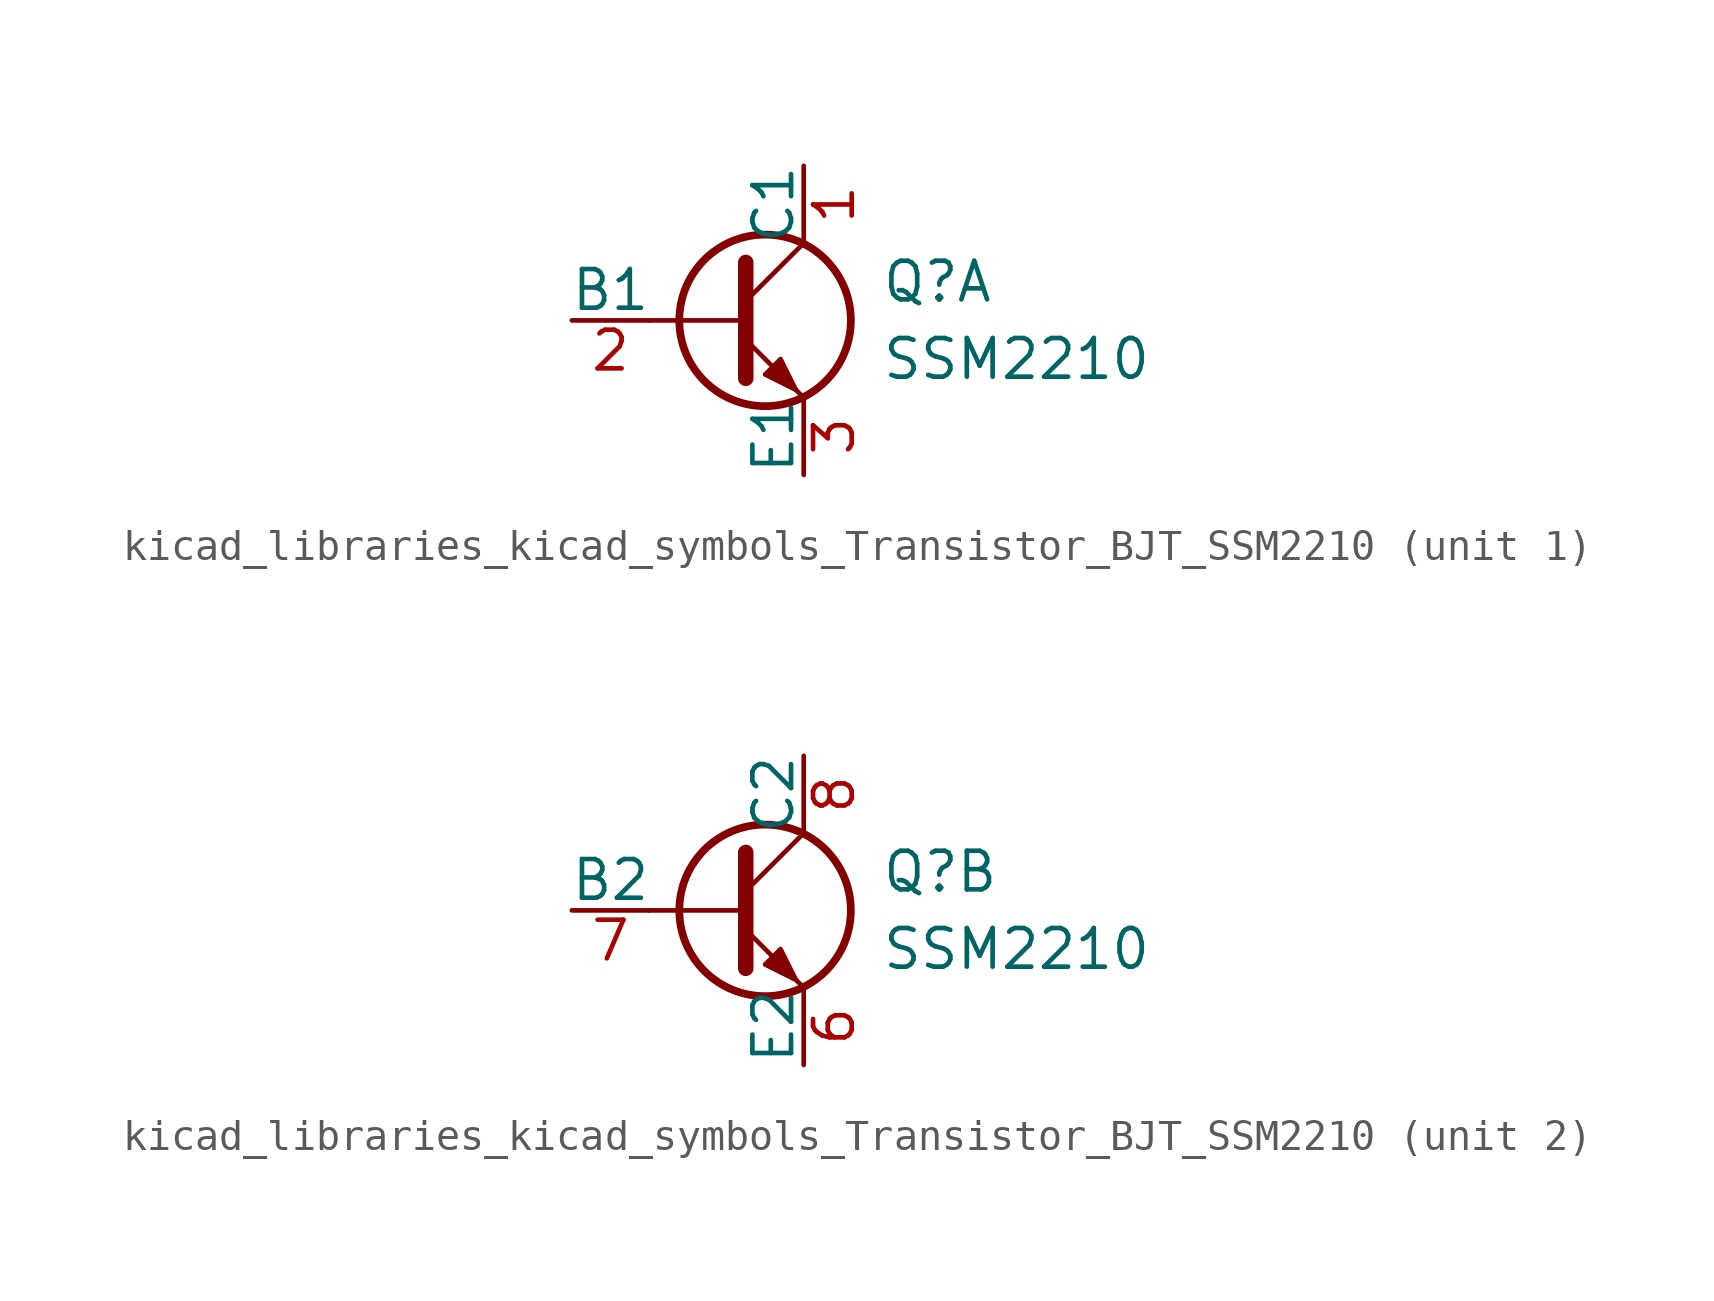
<source format=kicad_sym>
(kicad_symbol_lib
  (version 20220914)
  (generator kicad_symbol_editor)
  (symbol "kicad_libraries_kicad_symbols_Transistor_BJT_SSM2210"
    (pin_names
      (offset 0))
    (property "Reference" "Q"
      (at 5.08 1.27 0)
      (effects (font (size 1.27 1.27)) (justify left)))
    (property "Value" "SSM2210"
      (at 5.08 -1.27 0)
      (effects (font (size 1.27 1.27)) (justify left)))
    (symbol "kicad_libraries_kicad_symbols_Transistor_BJT_SSM2210_0_1"
      (polyline (pts (xy 0.635 0) (xy -2.54 0)) (stroke (width 0) (type default)) (fill (type none)))
      (polyline (pts (xy 0.635 0.635) (xy 2.54 2.54)) (stroke (width 0) (type default)) (fill (type none)))
      (polyline (pts (xy 0.635 -0.635) (xy 2.54 -2.54) (xy 2.54 -2.54)) (stroke (width 0) (type default)) (fill (type none)))
      (polyline (pts (xy 0.635 1.905) (xy 0.635 -1.905) (xy 0.635 -1.905)) (stroke (width 0.508) (type default)) (fill (type none)))
      (polyline (pts (xy 1.27 -1.778) (xy 1.778 -1.27) (xy 2.286 -2.286) (xy 1.27 -1.778) (xy 1.27 -1.778)) (stroke (width 0) (type default)) (fill (type outline)))
      (circle (center 1.27 0) (radius 2.819) (stroke (width 0.254) (type default)) (fill (type none))))
    (symbol "kicad_libraries_kicad_symbols_Transistor_BJT_SSM2210_1_1"
      (pin passive line (at 2.54 5.08 270) (length 2.54) (name "C1" (effects (font (size 1.27 1.27)))) (number "1" (effects (font (size 1.27 1.27)))))
      (pin input line (at -5.08 0 0) (length 2.54) (name "B1" (effects (font (size 1.27 1.27)))) (number "2" (effects (font (size 1.27 1.27)))))
      (pin passive line (at 2.54 -5.08 90) (length 2.54) (name "E1" (effects (font (size 1.27 1.27)))) (number "3" (effects (font (size 1.27 1.27))))))
    (symbol "kicad_libraries_kicad_symbols_Transistor_BJT_SSM2210_2_1"
      (pin passive line (at 2.54 -5.08 90) (length 2.54) (name "E2" (effects (font (size 1.27 1.27)))) (number "6" (effects (font (size 1.27 1.27)))))
      (pin input line (at -5.08 0 0) (length 2.54) (name "B2" (effects (font (size 1.27 1.27)))) (number "7" (effects (font (size 1.27 1.27)))))
      (pin passive line (at 2.54 5.08 270) (length 2.54) (name "C2" (effects (font (size 1.27 1.27)))) (number "8" (effects (font (size 1.27 1.27))))))))
</source>
